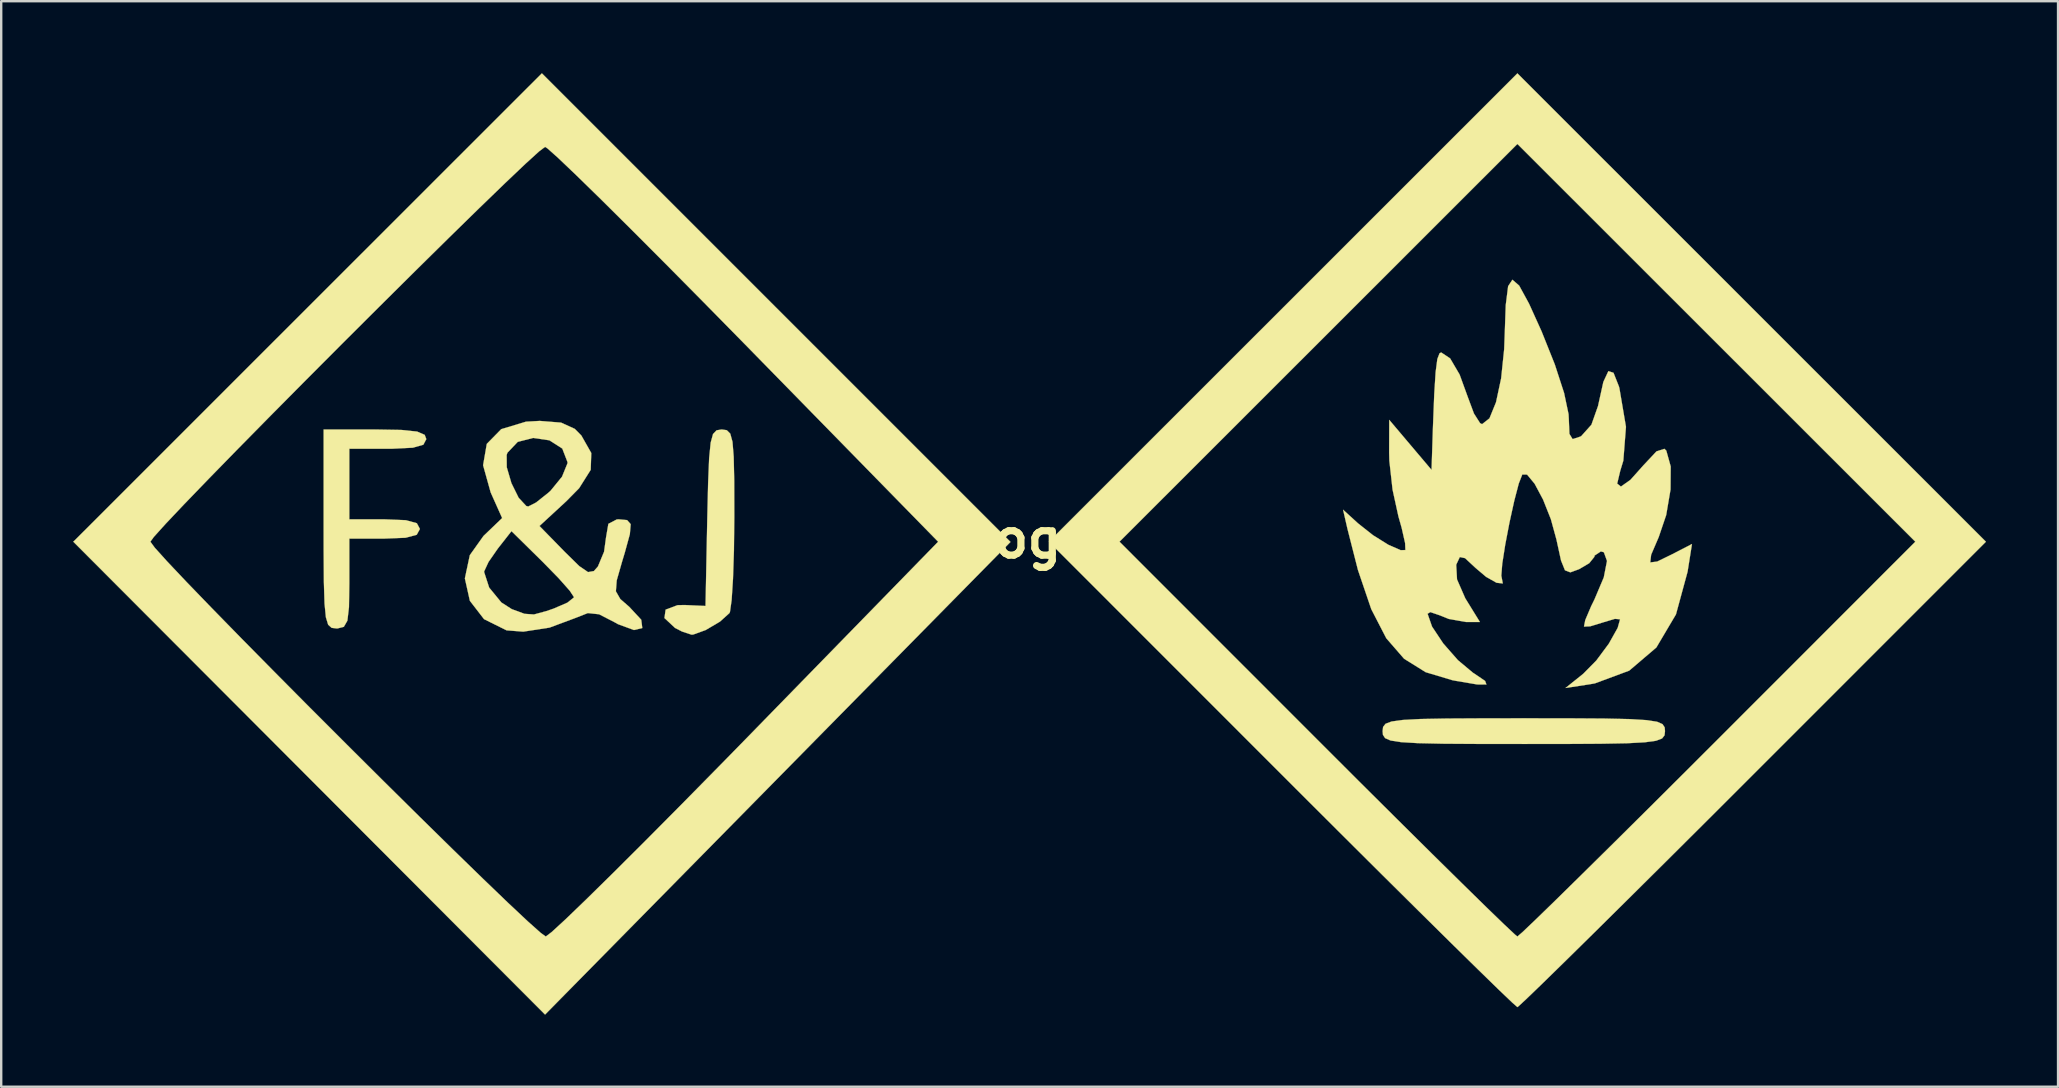
<source format=kicad_pcb>
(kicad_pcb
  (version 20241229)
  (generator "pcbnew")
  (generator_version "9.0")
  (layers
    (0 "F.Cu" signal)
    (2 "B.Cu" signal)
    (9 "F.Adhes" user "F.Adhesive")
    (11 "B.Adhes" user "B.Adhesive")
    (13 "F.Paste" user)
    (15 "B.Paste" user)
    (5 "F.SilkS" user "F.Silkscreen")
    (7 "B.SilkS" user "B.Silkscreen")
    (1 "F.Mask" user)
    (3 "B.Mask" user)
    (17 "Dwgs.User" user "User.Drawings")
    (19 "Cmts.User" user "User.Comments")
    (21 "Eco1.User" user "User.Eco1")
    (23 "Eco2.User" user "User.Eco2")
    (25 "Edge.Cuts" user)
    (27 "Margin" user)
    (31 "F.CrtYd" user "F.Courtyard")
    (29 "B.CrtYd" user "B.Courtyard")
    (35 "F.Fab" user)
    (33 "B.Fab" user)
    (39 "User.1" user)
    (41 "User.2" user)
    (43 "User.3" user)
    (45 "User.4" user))
  (footprint "Logo"
    (layer "F.Cu")
    (at 39.843 19.387)
    (property "Reference" "Logo" (at 0 0 0) (layer "F.SilkS") (effects (font (size 1.524 1.524) (thickness 0.3))))
    (attr through_hole)
    (fp_poly (pts (xy -12.616 -4.516) (xy -12.471 -4.372) (xy -12.378 -4.03) (xy -12.328 -3.409) (xy -12.306 -2.424) (xy -12.303 -0.994) (xy -12.303 -0.869) (xy -12.318 0.495) (xy -12.357 1.675) (xy -12.414 2.562) (xy -12.483 3.052) (xy -12.504 3.102) (xy -12.9 3.459) (xy -13.495 3.81) (xy -14.015 3.998) (xy -14.086 4.002) (xy -14.477 3.873) (xy -14.772 3.722) (xy -15.213 3.31) (xy -15.164 2.96) (xy -14.668 2.774) (xy -14.371 2.768) (xy -13.502 2.807) (xy -13.428 -0.869) (xy -13.393 -2.336) (xy -13.351 -3.351) (xy -13.287 -3.997) (xy -13.189 -4.356) (xy -13.041 -4.511) (xy -12.832 -4.545) (xy -12.826 -4.545) (xy -12.616 -4.516)) (stroke (width 0.01) (type solid)) (fill yes) (layer "F.SilkS"))
    (fp_poly (pts (xy 22.504 7.488) (xy 23.952 7.497) (xy 24.996 7.52) (xy 25.703 7.563) (xy 26.138 7.63) (xy 26.367 7.73) (xy 26.456 7.866) (xy 26.469 8.021) (xy 26.45 8.195) (xy 26.347 8.327) (xy 26.096 8.422) (xy 25.63 8.486) (xy 24.885 8.526) (xy 23.793 8.546) (xy 22.29 8.555) (xy 20.587 8.556) (xy 18.671 8.554) (xy 17.223 8.545) (xy 16.178 8.522) (xy 15.472 8.48) (xy 15.037 8.412) (xy 14.808 8.312) (xy 14.719 8.176) (xy 14.705 8.021) (xy 14.725 7.847) (xy 14.827 7.715) (xy 15.079 7.62) (xy 15.544 7.556) (xy 16.29 7.516) (xy 17.382 7.496) (xy 18.885 7.488) (xy 20.587 7.486) (xy 22.504 7.488)) (stroke (width 0.01) (type solid)) (fill yes) (layer "F.SilkS"))
    (fp_poly (pts (xy -26.174 -4.526) (xy -25.515 -4.458) (xy -25.201 -4.322) (xy -25.133 -4.144) (xy -25.256 -3.911) (xy -25.693 -3.786) (xy -26.544 -3.744) (xy -26.737 -3.743) (xy -28.341 -3.743) (xy -28.341 -0.802) (xy -26.871 -0.802) (xy -25.984 -0.766) (xy -25.527 -0.64) (xy -25.4 -0.401) (xy -25.532 -0.159) (xy -25.995 -0.035) (xy -26.871 0) (xy -28.341 0) (xy -28.341 1.872) (xy -28.355 2.855) (xy -28.421 3.419) (xy -28.569 3.676) (xy -28.833 3.743) (xy -28.876 3.743) (xy -29.078 3.718) (xy -29.222 3.589) (xy -29.317 3.278) (xy -29.373 2.708) (xy -29.401 1.8) (xy -29.41 0.476) (xy -29.411 -0.401) (xy -29.411 -4.545) (xy -27.272 -4.545) (xy -26.174 -4.526)) (stroke (width 0.01) (type solid)) (fill yes) (layer "F.SilkS"))
    (fp_poly (pts (xy 30.079 -9.625) (xy 39.838 0.131) (xy 30.147 9.824) (xy 28.269 11.701) (xy 26.506 13.457) (xy 24.893 15.058) (xy 23.467 16.469) (xy 22.263 17.654) (xy 21.318 18.578) (xy 20.667 19.205) (xy 20.347 19.5) (xy 20.32 19.518) (xy 20.11 19.334) (xy 19.559 18.808) (xy 18.702 17.973) (xy 17.575 16.866) (xy 16.215 15.522) (xy 14.656 13.976) (xy 12.936 12.264) (xy 11.09 10.422) (xy 10.493 9.824) (xy 0.802 0.131) (xy 0.803 0.13) (xy 3.743 0.13) (xy 11.963 8.354) (xy 13.689 10.078) (xy 15.299 11.679) (xy 16.752 13.119) (xy 18.01 14.359) (xy 19.034 15.362) (xy 19.784 16.087) (xy 20.222 16.497) (xy 20.32 16.577) (xy 20.532 16.394) (xy 21.082 15.87) (xy 21.931 15.045) (xy 23.039 13.956) (xy 24.369 12.643) (xy 25.881 11.143) (xy 27.535 9.495) (xy 28.677 8.354) (xy 36.897 0.13) (xy 20.32 -16.44) (xy 12.032 -8.155) (xy 3.743 0.13) (xy 0.803 0.13) (xy 10.561 -9.625) (xy 20.32 -19.381) (xy 30.079 -9.625)) (stroke (width 0.01) (type solid)) (fill yes) (layer "F.SilkS"))
    (fp_poly (pts (xy -0.797 0.14) (xy -10.491 9.984) (xy -20.186 19.829) (xy -30.012 9.98) (xy -39.838 0.131) (xy -39.837 0.13) (xy -36.629 0.13) (xy -36.446 0.379) (xy -35.927 0.954) (xy -35.121 1.807) (xy -34.075 2.89) (xy -32.837 4.157) (xy -31.454 5.559) (xy -29.974 7.05) (xy -28.444 8.58) (xy -26.913 10.104) (xy -25.428 11.573) (xy -24.037 12.939) (xy -22.786 14.156) (xy -21.725 15.176) (xy -20.9 15.95) (xy -20.359 16.432) (xy -20.156 16.577) (xy -19.911 16.391) (xy -19.334 15.861) (xy -18.465 15.024) (xy -17.344 13.922) (xy -16.01 12.592) (xy -14.504 11.075) (xy -12.864 9.409) (xy -11.832 8.354) (xy -3.811 0.131) (xy -11.865 -8.099) (xy -13.569 -9.833) (xy -15.162 -11.443) (xy -16.605 -12.889) (xy -17.857 -14.132) (xy -18.881 -15.132) (xy -19.635 -15.851) (xy -20.081 -16.25) (xy -20.185 -16.319) (xy -20.431 -16.134) (xy -21.003 -15.614) (xy -21.853 -14.807) (xy -22.935 -13.761) (xy -24.2 -12.524) (xy -25.601 -11.142) (xy -27.09 -9.664) (xy -28.621 -8.137) (xy -30.144 -6.609) (xy -31.614 -5.126) (xy -32.981 -3.738) (xy -34.199 -2.49) (xy -35.22 -1.432) (xy -35.997 -0.61) (xy -36.482 -0.072) (xy -36.629 0.13) (xy -39.837 0.13) (xy -30.079 -9.626) (xy -20.319 -19.382) (xy -0.797 0.14)) (stroke (width 0.01) (type solid)) (fill yes) (layer "F.SilkS"))
    (fp_poly (pts (xy -19.519 -4.831) (xy -18.948 -4.571) (xy -18.674 -4.293) (xy -18.261 -3.565) (xy -18.285 -2.864) (xy -18.767 -2.099) (xy -19.3 -1.558) (xy -20.419 -0.525) (xy -19.37 0.549) (xy -18.763 1.145) (xy -18.396 1.396) (xy -18.153 1.353) (xy -17.984 1.162) (xy -17.728 0.547) (xy -17.646 -0.051) (xy -17.549 -0.615) (xy -17.196 -0.799) (xy -17.112 -0.802) (xy -16.768 -0.77) (xy -16.619 -0.602) (xy -16.654 -0.184) (xy -16.867 0.593) (xy -16.978 0.96) (xy -17.201 1.74) (xy -17.236 2.196) (xy -17.053 2.517) (xy -16.677 2.845) (xy -16.179 3.381) (xy -16.136 3.726) (xy -16.482 3.81) (xy -17.151 3.564) (xy -17.283 3.489) (xy -17.936 3.153) (xy -18.404 3.103) (xy -18.931 3.31) (xy -20.002 3.709) (xy -21.095 3.877) (xy -21.791 3.822) (xy -22.729 3.356) (xy -23.319 2.592) (xy -23.527 1.659) (xy -23.47 1.39) (xy -22.726 1.39) (xy -22.515 2.041) (xy -22.008 2.66) (xy -21.573 2.939) (xy -21.042 3.134) (xy -20.649 3.161) (xy -20.123 3.018) (xy -19.825 2.915) (xy -19.254 2.667) (xy -18.986 2.453) (xy -18.983 2.437) (xy -19.16 2.17) (xy -19.624 1.647) (xy -20.275 0.98) (xy -20.284 0.971) (xy -21.585 -0.31) (xy -22.155 0.416) (xy -22.542 0.974) (xy -22.724 1.367) (xy -22.726 1.39) (xy -23.47 1.39) (xy -23.321 0.69) (xy -22.751 -0.11) (xy -21.974 -0.855) (xy -22.452 -1.923) (xy -22.768 -3.056) (xy -22.693 -3.489) (xy -21.786 -3.489) (xy -21.782 -2.972) (xy -21.587 -2.308) (xy -21.288 -1.702) (xy -20.97 -1.358) (xy -20.887 -1.337) (xy -20.561 -1.503) (xy -20.048 -1.911) (xy -19.958 -1.992) (xy -19.48 -2.578) (xy -19.253 -3.135) (xy -19.251 -3.186) (xy -19.469 -3.751) (xy -20.005 -4.094) (xy -20.683 -4.193) (xy -21.325 -4.029) (xy -21.753 -3.578) (xy -21.786 -3.489) (xy -22.693 -3.489) (xy -22.614 -3.945) (xy -22.012 -4.559) (xy -20.982 -4.87) (xy -20.409 -4.902) (xy -19.519 -4.831)) (stroke (width 0.01) (type solid)) (fill yes) (layer "F.SilkS"))
    (fp_poly (pts (xy 20.394 -10.54) (xy 20.806 -9.785) (xy 21.33 -8.627) (xy 21.879 -7.254) (xy 22.266 -6.064) (xy 22.451 -5.184) (xy 22.461 -5.004) (xy 22.487 -4.361) (xy 22.62 -4.145) (xy 22.936 -4.247) (xy 22.982 -4.272) (xy 23.404 -4.744) (xy 23.681 -5.528) (xy 23.685 -5.551) (xy 23.901 -6.527) (xy 24.11 -6.976) (xy 24.324 -6.908) (xy 24.552 -6.332) (xy 24.569 -6.269) (xy 24.843 -4.656) (xy 24.733 -3.246) (xy 24.605 -2.825) (xy 24.477 -2.289) (xy 24.633 -2.167) (xy 25.03 -2.448) (xy 25.58 -3.064) (xy 26.114 -3.633) (xy 26.445 -3.74) (xy 26.523 -3.665) (xy 26.707 -3.004) (xy 26.7 -2.045) (xy 26.519 -0.981) (xy 26.209 -0.067) (xy 25.892 0.673) (xy 25.854 0.993) (xy 26.146 0.956) (xy 26.777 0.648) (xy 27.593 0.226) (xy 27.409 1.383) (xy 26.926 3.157) (xy 26.11 4.536) (xy 24.978 5.501) (xy 23.547 6.032) (xy 23.339 6.068) (xy 22.325 6.224) (xy 23.066 5.629) (xy 23.608 5.079) (xy 24.128 4.379) (xy 24.498 3.719) (xy 24.598 3.362) (xy 24.384 3.343) (xy 23.892 3.49) (xy 23.353 3.655) (xy 23.094 3.666) (xy 23.147 3.395) (xy 23.39 2.822) (xy 23.532 2.532) (xy 23.919 1.617) (xy 24.053 0.931) (xy 23.922 0.568) (xy 23.796 0.535) (xy 23.536 0.707) (xy 23.528 0.759) (xy 23.313 1.025) (xy 22.891 1.274) (xy 22.527 1.407) (xy 22.302 1.321) (xy 22.138 0.914) (xy 21.957 0.086) (xy 21.949 0.047) (xy 21.715 -0.807) (xy 21.39 -1.625) (xy 21.038 -2.285) (xy 20.723 -2.666) (xy 20.524 -2.67) (xy 20.378 -2.296) (xy 20.19 -1.578) (xy 19.991 -0.674) (xy 19.813 0.254) (xy 19.689 1.047) (xy 19.65 1.546) (xy 19.666 1.627) (xy 19.712 1.868) (xy 19.453 1.841) (xy 19.016 1.594) (xy 18.581 1.226) (xy 18.139 0.815) (xy 17.921 0.769) (xy 17.781 1.066) (xy 17.771 1.096) (xy 17.805 1.701) (xy 18.148 2.486) (xy 18.184 2.544) (xy 18.759 3.476) (xy 18.185 3.476) (xy 17.459 3.347) (xy 17.094 3.199) (xy 16.692 3.062) (xy 16.578 3.132) (xy 16.764 3.666) (xy 17.23 4.367) (xy 17.843 5.065) (xy 18.469 5.589) (xy 18.513 5.616) (xy 18.975 5.93) (xy 19.03 6.079) (xy 18.641 6.076) (xy 17.774 5.93) (xy 17.602 5.897) (xy 16.499 5.566) (xy 15.599 5.005) (xy 14.858 4.152) (xy 14.233 2.942) (xy 13.679 1.313) (xy 13.242 -0.401) (xy 13.058 -1.203) (xy 13.681 -0.635) (xy 14.304 -0.142) (xy 14.95 0.261) (xy 15.459 0.483) (xy 15.654 0.477) (xy 15.642 0.187) (xy 15.499 -0.446) (xy 15.364 -0.924) (xy 15.12 -2.037) (xy 14.986 -3.242) (xy 14.977 -3.585) (xy 14.981 -4.946) (xy 15.862 -3.904) (xy 16.744 -2.862) (xy 16.802 -4.639) (xy 16.856 -6.017) (xy 16.914 -6.938) (xy 16.985 -7.48) (xy 17.078 -7.721) (xy 17.146 -7.754) (xy 17.518 -7.507) (xy 17.913 -6.834) (xy 18.256 -5.891) (xy 18.51 -5.21) (xy 18.765 -4.81) (xy 18.849 -4.767) (xy 19.156 -5.009) (xy 19.43 -5.681) (xy 19.643 -6.676) (xy 19.769 -7.89) (xy 19.789 -8.422) (xy 19.835 -9.729) (xy 19.934 -10.515) (xy 20.112 -10.784) (xy 20.394 -10.54)) (stroke (width 0.01) (type solid)) (fill yes) (layer "F.SilkS")))
  (gr_rect
    (start -3 -3)
    (end 82.686 42.221)
    (stroke (width 0.1) (type default))
    (fill no)
    (layer "Edge.Cuts")))
</source>
